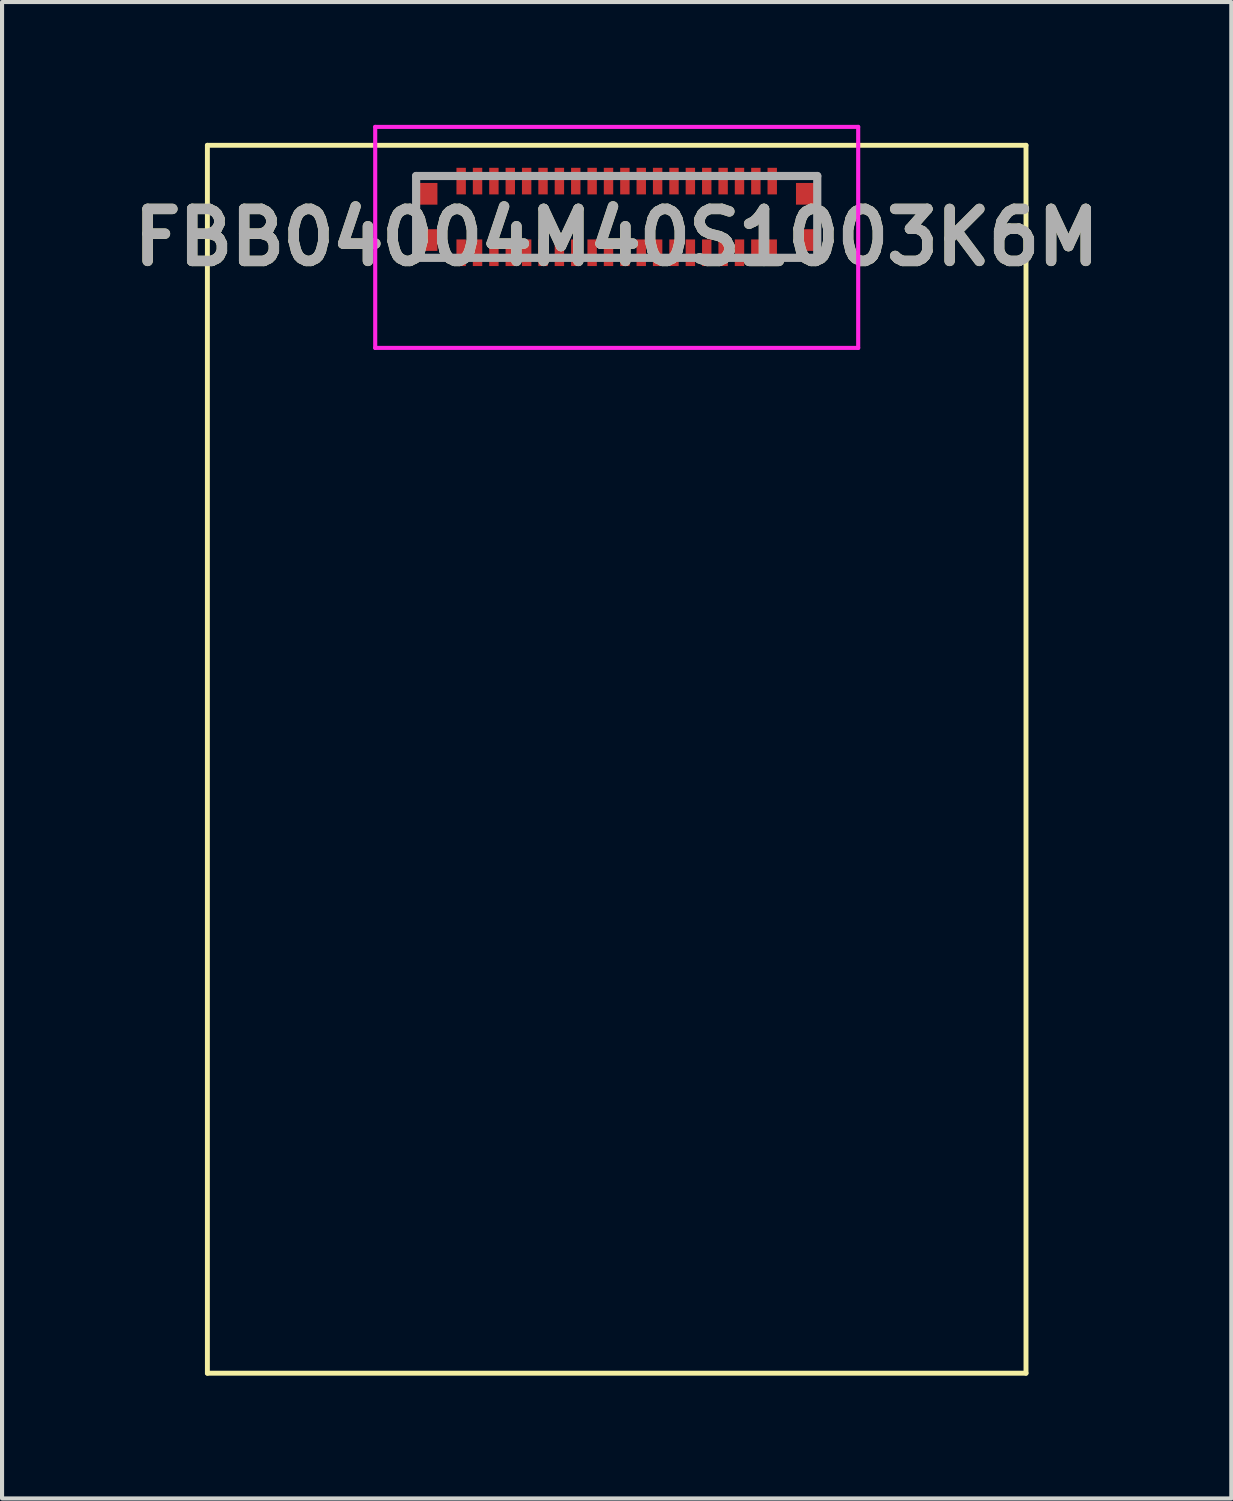
<source format=kicad_pcb>
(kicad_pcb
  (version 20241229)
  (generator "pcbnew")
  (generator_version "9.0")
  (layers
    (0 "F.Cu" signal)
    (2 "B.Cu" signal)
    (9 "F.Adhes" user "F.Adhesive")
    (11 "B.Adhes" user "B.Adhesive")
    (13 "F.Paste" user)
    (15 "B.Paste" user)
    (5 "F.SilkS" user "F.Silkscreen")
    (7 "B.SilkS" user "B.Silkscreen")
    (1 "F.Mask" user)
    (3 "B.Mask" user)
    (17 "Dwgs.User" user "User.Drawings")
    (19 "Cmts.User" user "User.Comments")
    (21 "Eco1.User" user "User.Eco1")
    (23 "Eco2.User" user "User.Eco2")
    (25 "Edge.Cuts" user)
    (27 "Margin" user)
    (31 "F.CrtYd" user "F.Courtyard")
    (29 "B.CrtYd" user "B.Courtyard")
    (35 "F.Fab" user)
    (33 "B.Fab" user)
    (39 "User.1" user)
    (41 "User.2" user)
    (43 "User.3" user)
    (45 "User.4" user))
  (footprint "FBB04004M40S1003K6M"
    (layer "F.Cu")
    (at 12.017 2.25)
    (property "Reference" "FBB04004M40S1003K6M" (at 0 0.5 0) (layer "F.SilkS") (effects (font (size 1.27 1.27) (thickness 0.254))))
    (attr smd)
    (fp_line (start -10 -1.75) (end -10 28.25) (stroke (width 0.12) (type solid)) (layer "F.SilkS"))
    (fp_line (start -10 -1.75) (end 10 -1.75) (stroke (width 0.12) (type solid)) (layer "F.SilkS"))
    (fp_line (start -10 28.25) (end 10 28.25) (stroke (width 0.12) (type solid)) (layer "F.SilkS"))
    (fp_line (start -4.9 0.1) (end -4.9 -0.1) (stroke (width 0.1) (type solid)) (layer "F.SilkS"))
    (fp_line (start 4.9 0.1) (end 4.9 -0.1) (stroke (width 0.1) (type solid)) (layer "F.SilkS"))
    (fp_line (start 10 -1.75) (end 10 28.25) (stroke (width 0.12) (type solid)) (layer "F.SilkS"))
    (fp_line (start -5.9 -2.2) (end -5.9 3.2) (stroke (width 0.1) (type solid)) (layer "F.CrtYd"))
    (fp_line (start -5.9 3.2) (end 5.9 3.2) (stroke (width 0.1) (type solid)) (layer "F.CrtYd"))
    (fp_line (start 5.9 -2.2) (end -5.9 -2.2) (stroke (width 0.1) (type solid)) (layer "F.CrtYd"))
    (fp_line (start 5.9 3.2) (end 5.9 -2.2) (stroke (width 0.1) (type solid)) (layer "F.CrtYd"))
    (fp_line (start -4.9 -1) (end 4.9 -1) (stroke (width 0.2) (type solid)) (layer "F.Fab"))
    (fp_line (start -4.9 1) (end -4.9 -1) (stroke (width 0.2) (type solid)) (layer "F.Fab"))
    (fp_line (start 4.9 -1) (end 4.9 1) (stroke (width 0.2) (type solid)) (layer "F.Fab"))
    (fp_line (start 4.9 1) (end -4.9 1) (stroke (width 0.2) (type solid)) (layer "F.Fab"))
    (fp_text user "${REFERENCE}" (at 0 0.5 0) (layer "F.Fab") (effects (font (size 1.27 1.27) (thickness 0.254))))
    (pad "1" smd rect (at -3.8 0.875) (size 0.23 0.65) (layers "F.Cu" "F.Mask" "F.Paste"))
    (pad "2" smd rect (at -3.8 -0.875) (size 0.23 0.65) (layers "F.Cu" "F.Mask" "F.Paste"))
    (pad "3" smd rect (at -3.4 0.875) (size 0.23 0.65) (layers "F.Cu" "F.Mask" "F.Paste"))
    (pad "4" smd rect (at -3.4 -0.875) (size 0.23 0.65) (layers "F.Cu" "F.Mask" "F.Paste"))
    (pad "5" smd rect (at -3 0.875) (size 0.23 0.65) (layers "F.Cu" "F.Mask" "F.Paste"))
    (pad "6" smd rect (at -3 -0.875) (size 0.23 0.65) (layers "F.Cu" "F.Mask" "F.Paste"))
    (pad "7" smd rect (at -2.6 0.875) (size 0.23 0.65) (layers "F.Cu" "F.Mask" "F.Paste"))
    (pad "8" smd rect (at -2.6 -0.875) (size 0.23 0.65) (layers "F.Cu" "F.Mask" "F.Paste"))
    (pad "9" smd rect (at -2.2 0.875) (size 0.23 0.65) (layers "F.Cu" "F.Mask" "F.Paste"))
    (pad "10" smd rect (at -2.2 -0.875) (size 0.23 0.65) (layers "F.Cu" "F.Mask" "F.Paste"))
    (pad "11" smd rect (at -1.8 0.875) (size 0.23 0.65) (layers "F.Cu" "F.Mask" "F.Paste"))
    (pad "12" smd rect (at -1.8 -0.875) (size 0.23 0.65) (layers "F.Cu" "F.Mask" "F.Paste"))
    (pad "13" smd rect (at -1.4 0.875) (size 0.23 0.65) (layers "F.Cu" "F.Mask" "F.Paste"))
    (pad "14" smd rect (at -1.4 -0.875) (size 0.23 0.65) (layers "F.Cu" "F.Mask" "F.Paste"))
    (pad "15" smd rect (at -1 0.875) (size 0.23 0.65) (layers "F.Cu" "F.Mask" "F.Paste"))
    (pad "16" smd rect (at -1 -0.875) (size 0.23 0.65) (layers "F.Cu" "F.Mask" "F.Paste"))
    (pad "17" smd rect (at -0.6 0.875) (size 0.23 0.65) (layers "F.Cu" "F.Mask" "F.Paste"))
    (pad "18" smd rect (at -0.6 -0.875) (size 0.23 0.65) (layers "F.Cu" "F.Mask" "F.Paste"))
    (pad "19" smd rect (at -0.2 0.875) (size 0.23 0.65) (layers "F.Cu" "F.Mask" "F.Paste"))
    (pad "20" smd rect (at -0.2 -0.875) (size 0.23 0.65) (layers "F.Cu" "F.Mask" "F.Paste"))
    (pad "21" smd rect (at 0.2 0.875) (size 0.23 0.65) (layers "F.Cu" "F.Mask" "F.Paste"))
    (pad "22" smd rect (at 0.2 -0.875) (size 0.23 0.65) (layers "F.Cu" "F.Mask" "F.Paste"))
    (pad "23" smd rect (at 0.6 0.875) (size 0.23 0.65) (layers "F.Cu" "F.Mask" "F.Paste"))
    (pad "24" smd rect (at 0.6 -0.875) (size 0.23 0.65) (layers "F.Cu" "F.Mask" "F.Paste"))
    (pad "25" smd rect (at 1 0.875) (size 0.23 0.65) (layers "F.Cu" "F.Mask" "F.Paste"))
    (pad "26" smd rect (at 1 -0.875) (size 0.23 0.65) (layers "F.Cu" "F.Mask" "F.Paste"))
    (pad "27" smd rect (at 1.4 0.875) (size 0.23 0.65) (layers "F.Cu" "F.Mask" "F.Paste"))
    (pad "28" smd rect (at 1.4 -0.875) (size 0.23 0.65) (layers "F.Cu" "F.Mask" "F.Paste"))
    (pad "29" smd rect (at 1.8 0.875) (size 0.23 0.65) (layers "F.Cu" "F.Mask" "F.Paste"))
    (pad "30" smd rect (at 1.8 -0.875) (size 0.23 0.65) (layers "F.Cu" "F.Mask" "F.Paste"))
    (pad "31" smd rect (at 2.2 0.875) (size 0.23 0.65) (layers "F.Cu" "F.Mask" "F.Paste"))
    (pad "32" smd rect (at 2.2 -0.875) (size 0.23 0.65) (layers "F.Cu" "F.Mask" "F.Paste"))
    (pad "33" smd rect (at 2.6 0.875) (size 0.23 0.65) (layers "F.Cu" "F.Mask" "F.Paste"))
    (pad "34" smd rect (at 2.6 -0.875) (size 0.23 0.65) (layers "F.Cu" "F.Mask" "F.Paste"))
    (pad "35" smd rect (at 3 0.875) (size 0.23 0.65) (layers "F.Cu" "F.Mask" "F.Paste"))
    (pad "36" smd rect (at 3 -0.875) (size 0.23 0.65) (layers "F.Cu" "F.Mask" "F.Paste"))
    (pad "37" smd rect (at 3.4 0.875) (size 0.23 0.65) (layers "F.Cu" "F.Mask" "F.Paste"))
    (pad "38" smd rect (at 3.4 -0.875) (size 0.23 0.65) (layers "F.Cu" "F.Mask" "F.Paste"))
    (pad "39" smd rect (at 3.8 0.875) (size 0.23 0.65) (layers "F.Cu" "F.Mask" "F.Paste"))
    (pad "40" smd rect (at 3.8 -0.875) (size 0.23 0.65) (layers "F.Cu" "F.Mask" "F.Paste"))
    (pad "MP1" smd rect (at 4.605 -0.565) (size 0.45 0.53) (layers "F.Cu" "F.Mask" "F.Paste"))
    (pad "MP2" smd rect (at 4.605 0.565) (size 0.45 0.53) (layers "F.Cu" "F.Mask" "F.Paste"))
    (pad "MP3" smd rect (at -4.605 -0.565) (size 0.45 0.53) (layers "F.Cu" "F.Mask" "F.Paste"))
    (pad "MP4" smd rect (at -4.605 0.565) (size 0.45 0.53) (layers "F.Cu" "F.Mask" "F.Paste")))
  (gr_rect
    (start -3 -3)
    (end 27.033 33.56)
    (stroke (width 0.1) (type default))
    (fill no)
    (layer "Edge.Cuts")))
</source>
